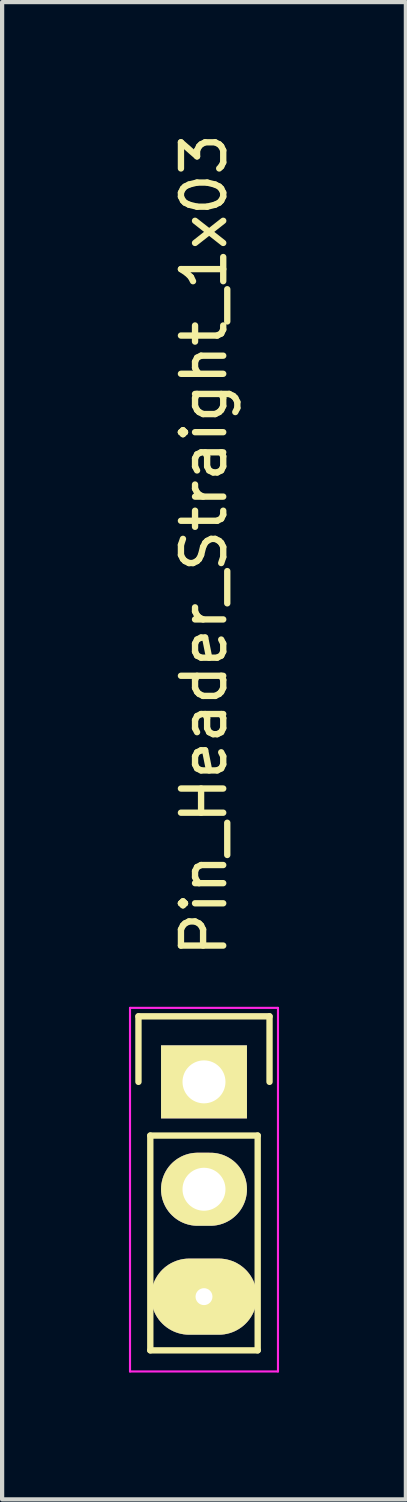
<source format=kicad_pcb>
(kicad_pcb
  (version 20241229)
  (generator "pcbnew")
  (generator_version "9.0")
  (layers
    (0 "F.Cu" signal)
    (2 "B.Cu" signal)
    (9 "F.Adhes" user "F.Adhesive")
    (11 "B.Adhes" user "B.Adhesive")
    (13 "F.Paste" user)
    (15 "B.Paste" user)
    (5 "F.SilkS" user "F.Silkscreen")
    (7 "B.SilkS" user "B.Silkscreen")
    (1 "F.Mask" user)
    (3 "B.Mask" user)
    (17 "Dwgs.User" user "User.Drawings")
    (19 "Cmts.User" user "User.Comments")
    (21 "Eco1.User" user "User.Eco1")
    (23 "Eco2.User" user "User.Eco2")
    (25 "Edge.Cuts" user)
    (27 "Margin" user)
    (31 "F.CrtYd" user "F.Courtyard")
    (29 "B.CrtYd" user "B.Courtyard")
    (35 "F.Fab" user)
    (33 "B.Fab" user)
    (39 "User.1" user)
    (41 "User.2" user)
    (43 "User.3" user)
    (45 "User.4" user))
  (footprint "Pin_Header_Straight_1x03"
    (layer "F.Cu")
    (at 1.775 22.539)
    (property "Reference" "Pin_Header_Straight_1x03" (at 0 -12.7 90) (layer "F.SilkS") (effects (font (size 1 1) (thickness 0.15))))
    (attr through_hole)
    (fp_line (start -1.55 -1.55) (end 1.55 -1.55) (stroke (width 0.15) (type solid)) (layer "F.SilkS"))
    (fp_line (start -1.55 0) (end -1.55 -1.55) (stroke (width 0.15) (type solid)) (layer "F.SilkS"))
    (fp_line (start -1.27 1.27) (end -1.27 6.35) (stroke (width 0.15) (type solid)) (layer "F.SilkS"))
    (fp_line (start -1.27 6.35) (end 1.27 6.35) (stroke (width 0.15) (type solid)) (layer "F.SilkS"))
    (fp_line (start 1.27 1.27) (end -1.27 1.27) (stroke (width 0.15) (type solid)) (layer "F.SilkS"))
    (fp_line (start 1.27 6.35) (end 1.27 1.27) (stroke (width 0.15) (type solid)) (layer "F.SilkS"))
    (fp_line (start 1.55 -1.55) (end 1.55 0) (stroke (width 0.15) (type solid)) (layer "F.SilkS"))
    (fp_line (start -1.75 -1.75) (end -1.75 6.85) (stroke (width 0.05) (type solid)) (layer "F.CrtYd"))
    (fp_line (start -1.75 -1.75) (end 1.75 -1.75) (stroke (width 0.05) (type solid)) (layer "F.CrtYd"))
    (fp_line (start -1.75 6.85) (end 1.75 6.85) (stroke (width 0.05) (type solid)) (layer "F.CrtYd"))
    (fp_line (start 1.75 -1.75) (end 1.75 6.85) (stroke (width 0.05) (type solid)) (layer "F.CrtYd"))
    (pad "" np_thru_hole oval (at 0 5.08 90) (size 1.8 2.5) (drill 0.4) (layers "*.Cu" "*.Mask" "F.SilkS"))
    (pad "1" thru_hole rect (at 0 0) (size 2.032 1.727) (drill 1.016) (layers "*.Cu" "*.Mask" "F.SilkS"))
    (pad "2" thru_hole oval (at 0 2.54) (size 2.032 1.727) (drill 1.016) (layers "*.Cu" "*.Mask" "F.SilkS")))
  (gr_rect
    (start -3 -3)
    (end 6.55 32.414)
    (stroke (width 0.1) (type default))
    (fill no)
    (layer "Edge.Cuts")))
</source>
